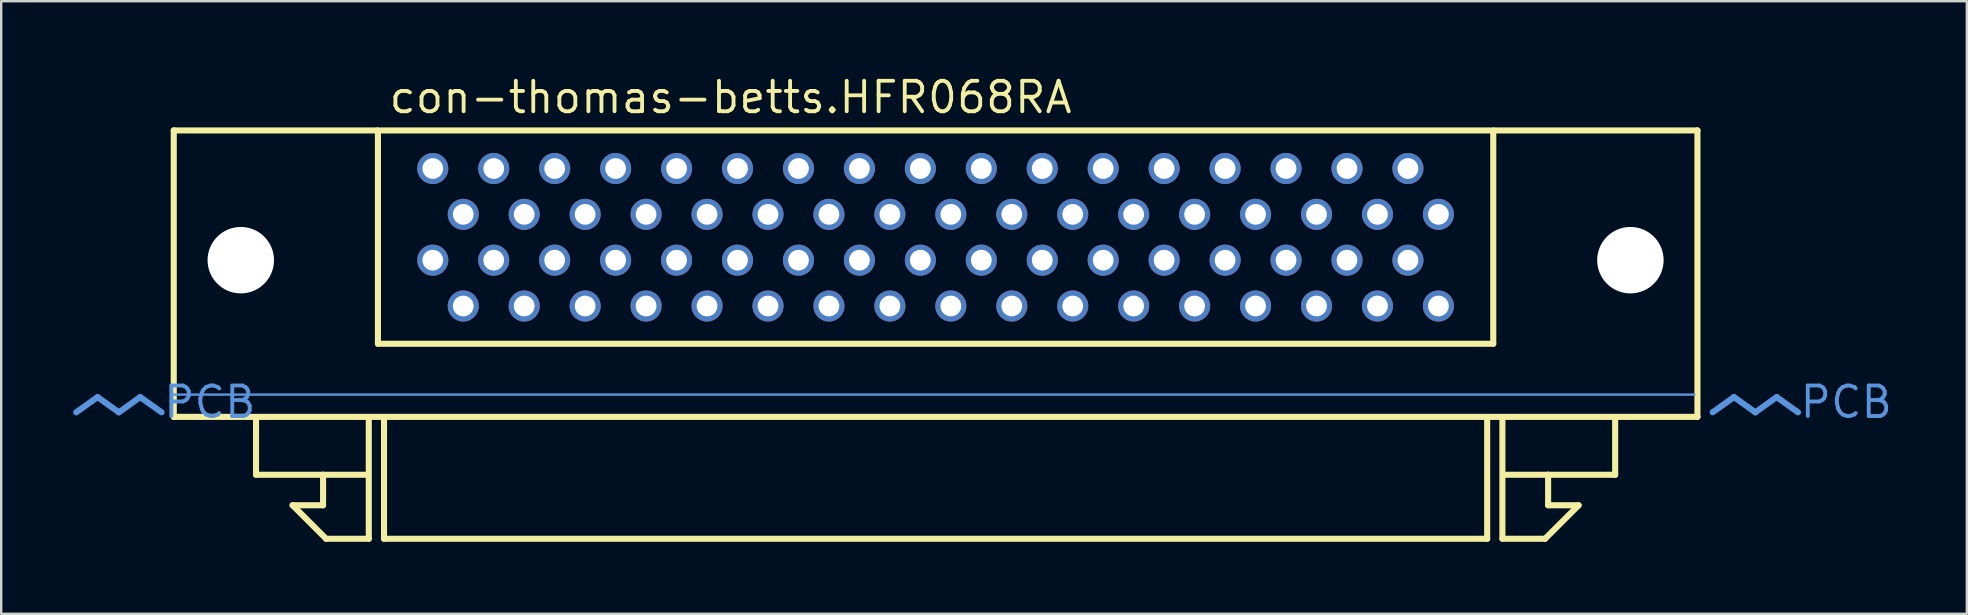
<source format=kicad_pcb>
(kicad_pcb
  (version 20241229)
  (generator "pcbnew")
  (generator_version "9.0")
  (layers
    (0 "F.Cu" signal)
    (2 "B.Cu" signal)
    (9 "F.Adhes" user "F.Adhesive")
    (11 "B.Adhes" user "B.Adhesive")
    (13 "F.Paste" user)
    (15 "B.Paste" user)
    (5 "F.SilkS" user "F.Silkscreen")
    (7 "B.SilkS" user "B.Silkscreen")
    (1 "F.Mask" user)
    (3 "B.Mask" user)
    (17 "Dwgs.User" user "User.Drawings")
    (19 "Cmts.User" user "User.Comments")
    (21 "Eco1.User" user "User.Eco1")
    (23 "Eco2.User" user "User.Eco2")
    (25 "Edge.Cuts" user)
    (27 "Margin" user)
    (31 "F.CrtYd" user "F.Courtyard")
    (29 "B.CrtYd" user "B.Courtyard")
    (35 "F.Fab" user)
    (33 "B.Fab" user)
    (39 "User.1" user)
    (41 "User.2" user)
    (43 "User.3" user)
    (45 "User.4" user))
  (footprint "con-thomas-betts.HFR068RA"
    (layer "F.Cu")
    (at 35.941 12.863)
    (property "Reference" "con-thomas-betts.HFR068RA" (at -22.86 -11.113 0) (layer "F.SilkS") (effects (font (size 1.27 1.27) (thickness 0.16)) (justify left bottom)))
    (attr through_hole)
    (fp_line (start -31.75 -10.477) (end -23.241 -10.477) (stroke (width 0.254) (type default)) (layer "F.SilkS"))
    (fp_line (start -31.75 1.46) (end -31.75 -10.477) (stroke (width 0.254) (type default)) (layer "F.SilkS"))
    (fp_line (start -28.321 3.873) (end -28.321 1.587) (stroke (width 0.254) (type default)) (layer "F.SilkS"))
    (fp_line (start -26.797 5.144) (end -25.527 5.144) (stroke (width 0.254) (type default)) (layer "F.SilkS"))
    (fp_line (start -25.527 3.873) (end -28.321 3.873) (stroke (width 0.254) (type default)) (layer "F.SilkS"))
    (fp_line (start -25.527 3.873) (end -23.749 3.873) (stroke (width 0.254) (type default)) (layer "F.SilkS"))
    (fp_line (start -25.527 5.144) (end -25.527 3.873) (stroke (width 0.254) (type default)) (layer "F.SilkS"))
    (fp_line (start -25.4 6.54) (end -26.797 5.144) (stroke (width 0.254) (type default)) (layer "F.SilkS"))
    (fp_line (start -23.622 1.587) (end -23.622 6.54) (stroke (width 0.254) (type default)) (layer "F.SilkS"))
    (fp_line (start -23.622 6.54) (end -25.4 6.54) (stroke (width 0.254) (type default)) (layer "F.SilkS"))
    (fp_line (start -23.241 -10.477) (end -23.241 -1.587) (stroke (width 0.254) (type default)) (layer "F.SilkS"))
    (fp_line (start -23.241 -1.587) (end 23.241 -1.587) (stroke (width 0.254) (type default)) (layer "F.SilkS"))
    (fp_line (start -23.114 -10.477) (end 23.114 -10.477) (stroke (width 0.254) (type default)) (layer "F.SilkS"))
    (fp_line (start -22.987 6.54) (end -22.987 1.587) (stroke (width 0.254) (type default)) (layer "F.SilkS"))
    (fp_line (start 22.987 1.587) (end 22.987 6.54) (stroke (width 0.254) (type default)) (layer "F.SilkS"))
    (fp_line (start 22.987 6.54) (end -22.987 6.54) (stroke (width 0.254) (type default)) (layer "F.SilkS"))
    (fp_line (start 23.241 -10.477) (end 31.75 -10.477) (stroke (width 0.254) (type default)) (layer "F.SilkS"))
    (fp_line (start 23.241 -1.587) (end 23.241 -10.477) (stroke (width 0.254) (type default)) (layer "F.SilkS"))
    (fp_line (start 23.622 1.587) (end 23.622 6.54) (stroke (width 0.254) (type default)) (layer "F.SilkS"))
    (fp_line (start 23.622 6.54) (end 25.4 6.54) (stroke (width 0.254) (type default)) (layer "F.SilkS"))
    (fp_line (start 25.4 6.54) (end 26.797 5.144) (stroke (width 0.254) (type default)) (layer "F.SilkS"))
    (fp_line (start 25.527 3.873) (end 23.749 3.873) (stroke (width 0.254) (type default)) (layer "F.SilkS"))
    (fp_line (start 25.527 3.873) (end 28.321 3.873) (stroke (width 0.254) (type default)) (layer "F.SilkS"))
    (fp_line (start 25.527 5.144) (end 25.527 3.873) (stroke (width 0.254) (type default)) (layer "F.SilkS"))
    (fp_line (start 26.797 5.144) (end 25.527 5.144) (stroke (width 0.254) (type default)) (layer "F.SilkS"))
    (fp_line (start 28.321 3.873) (end 28.321 1.587) (stroke (width 0.254) (type default)) (layer "F.SilkS"))
    (fp_line (start 31.75 -10.477) (end 31.75 1.46) (stroke (width 0.254) (type default)) (layer "F.SilkS"))
    (fp_line (start 31.75 1.46) (end -31.75 1.46) (stroke (width 0.254) (type default)) (layer "F.SilkS"))
    (fp_line (start -34.925 0.635) (end -35.814 1.27) (stroke (width 0.254) (type default)) (layer "Cmts.User"))
    (fp_line (start -34.925 0.635) (end -34.036 1.27) (stroke (width 0.254) (type default)) (layer "Cmts.User"))
    (fp_line (start -33.147 0.635) (end -34.036 1.27) (stroke (width 0.254) (type default)) (layer "Cmts.User"))
    (fp_line (start -33.147 0.635) (end -32.258 1.27) (stroke (width 0.254) (type default)) (layer "Cmts.User"))
    (fp_line (start -31.75 0.533) (end 31.623 0.533) (stroke (width 0.1) (type default)) (layer "Cmts.User"))
    (fp_line (start 33.274 0.635) (end 32.385 1.27) (stroke (width 0.254) (type default)) (layer "Cmts.User"))
    (fp_line (start 33.274 0.635) (end 34.163 1.27) (stroke (width 0.254) (type default)) (layer "Cmts.User"))
    (fp_line (start 35.052 0.635) (end 34.163 1.27) (stroke (width 0.254) (type default)) (layer "Cmts.User"))
    (fp_line (start 35.052 0.635) (end 35.941 1.27) (stroke (width 0.254) (type default)) (layer "Cmts.User"))
    (fp_text user "PCB" (at 35.941 1.587 180) (layer "Cmts.User") (effects (font (size 1.27 1.27) (thickness 0.16)) (justify left bottom)))
    (fp_text user "PCB" (at -32.258 1.587 180) (layer "Cmts.User") (effects (font (size 1.27 1.27) (thickness 0.16)) (justify left bottom)))
    (pad "" np_thru_hole circle (at -28.956 -5.07) (size 2.769 2.769) (drill 2.769) (layers "*.Cu" "*.Mask"))
    (pad "" np_thru_hole circle (at 28.956 -5.07) (size 2.769 2.769) (drill 2.769) (layers "*.Cu" "*.Mask"))
    (pad "1" thru_hole circle (at 20.955 -6.98) (size 1.295 1.295) (drill 0.864) (layers "*.Cu" "*.Mask"))
    (pad "2" thru_hole circle (at 19.685 -8.89) (size 1.295 1.295) (drill 0.864) (layers "*.Cu" "*.Mask"))
    (pad "3" thru_hole circle (at 18.415 -6.98) (size 1.295 1.295) (drill 0.864) (layers "*.Cu" "*.Mask"))
    (pad "4" thru_hole circle (at 17.145 -8.89) (size 1.295 1.295) (drill 0.864) (layers "*.Cu" "*.Mask"))
    (pad "5" thru_hole circle (at 15.875 -6.98) (size 1.295 1.295) (drill 0.864) (layers "*.Cu" "*.Mask"))
    (pad "6" thru_hole circle (at 14.605 -8.89) (size 1.295 1.295) (drill 0.864) (layers "*.Cu" "*.Mask"))
    (pad "7" thru_hole circle (at 13.335 -6.98) (size 1.295 1.295) (drill 0.864) (layers "*.Cu" "*.Mask"))
    (pad "8" thru_hole circle (at 12.065 -8.89) (size 1.295 1.295) (drill 0.864) (layers "*.Cu" "*.Mask"))
    (pad "9" thru_hole circle (at 10.795 -6.98) (size 1.295 1.295) (drill 0.864) (layers "*.Cu" "*.Mask"))
    (pad "10" thru_hole circle (at 9.525 -8.89) (size 1.295 1.295) (drill 0.864) (layers "*.Cu" "*.Mask"))
    (pad "11" thru_hole circle (at 8.255 -6.98) (size 1.295 1.295) (drill 0.864) (layers "*.Cu" "*.Mask"))
    (pad "12" thru_hole circle (at 6.985 -8.89) (size 1.295 1.295) (drill 0.864) (layers "*.Cu" "*.Mask"))
    (pad "13" thru_hole circle (at 5.715 -6.98) (size 1.295 1.295) (drill 0.864) (layers "*.Cu" "*.Mask"))
    (pad "14" thru_hole circle (at 4.445 -8.89) (size 1.295 1.295) (drill 0.864) (layers "*.Cu" "*.Mask"))
    (pad "15" thru_hole circle (at 3.175 -6.98) (size 1.295 1.295) (drill 0.864) (layers "*.Cu" "*.Mask"))
    (pad "16" thru_hole circle (at 1.905 -8.89) (size 1.295 1.295) (drill 0.864) (layers "*.Cu" "*.Mask"))
    (pad "17" thru_hole circle (at 0.635 -6.98) (size 1.295 1.295) (drill 0.864) (layers "*.Cu" "*.Mask"))
    (pad "18" thru_hole circle (at -0.635 -8.89) (size 1.295 1.295) (drill 0.864) (layers "*.Cu" "*.Mask"))
    (pad "19" thru_hole circle (at -1.905 -6.98) (size 1.295 1.295) (drill 0.864) (layers "*.Cu" "*.Mask"))
    (pad "20" thru_hole circle (at -3.175 -8.89) (size 1.295 1.295) (drill 0.864) (layers "*.Cu" "*.Mask"))
    (pad "21" thru_hole circle (at -4.445 -6.98) (size 1.295 1.295) (drill 0.864) (layers "*.Cu" "*.Mask"))
    (pad "22" thru_hole circle (at -5.715 -8.89) (size 1.295 1.295) (drill 0.864) (layers "*.Cu" "*.Mask"))
    (pad "23" thru_hole circle (at -6.985 -6.98) (size 1.295 1.295) (drill 0.864) (layers "*.Cu" "*.Mask"))
    (pad "24" thru_hole circle (at -8.255 -8.89) (size 1.295 1.295) (drill 0.864) (layers "*.Cu" "*.Mask"))
    (pad "25" thru_hole circle (at -9.525 -6.98) (size 1.295 1.295) (drill 0.864) (layers "*.Cu" "*.Mask"))
    (pad "26" thru_hole circle (at -10.795 -8.89) (size 1.295 1.295) (drill 0.864) (layers "*.Cu" "*.Mask"))
    (pad "27" thru_hole circle (at -12.065 -6.98) (size 1.295 1.295) (drill 0.864) (layers "*.Cu" "*.Mask"))
    (pad "28" thru_hole circle (at -13.335 -8.89) (size 1.295 1.295) (drill 0.864) (layers "*.Cu" "*.Mask"))
    (pad "29" thru_hole circle (at -14.605 -6.98) (size 1.295 1.295) (drill 0.864) (layers "*.Cu" "*.Mask"))
    (pad "30" thru_hole circle (at -15.875 -8.89) (size 1.295 1.295) (drill 0.864) (layers "*.Cu" "*.Mask"))
    (pad "31" thru_hole circle (at -17.145 -6.98) (size 1.295 1.295) (drill 0.864) (layers "*.Cu" "*.Mask"))
    (pad "32" thru_hole circle (at -18.415 -8.89) (size 1.295 1.295) (drill 0.864) (layers "*.Cu" "*.Mask"))
    (pad "33" thru_hole circle (at -19.685 -6.98) (size 1.295 1.295) (drill 0.864) (layers "*.Cu" "*.Mask"))
    (pad "34" thru_hole circle (at -20.955 -8.89) (size 1.295 1.295) (drill 0.864) (layers "*.Cu" "*.Mask"))
    (pad "35" thru_hole circle (at 20.955 -3.16) (size 1.295 1.295) (drill 0.864) (layers "*.Cu" "*.Mask"))
    (pad "36" thru_hole circle (at 19.685 -5.07) (size 1.295 1.295) (drill 0.864) (layers "*.Cu" "*.Mask"))
    (pad "37" thru_hole circle (at 18.415 -3.16) (size 1.295 1.295) (drill 0.864) (layers "*.Cu" "*.Mask"))
    (pad "38" thru_hole circle (at 17.145 -5.07) (size 1.295 1.295) (drill 0.864) (layers "*.Cu" "*.Mask"))
    (pad "39" thru_hole circle (at 15.875 -3.16) (size 1.295 1.295) (drill 0.864) (layers "*.Cu" "*.Mask"))
    (pad "40" thru_hole circle (at 14.605 -5.07) (size 1.295 1.295) (drill 0.864) (layers "*.Cu" "*.Mask"))
    (pad "41" thru_hole circle (at 13.335 -3.16) (size 1.295 1.295) (drill 0.864) (layers "*.Cu" "*.Mask"))
    (pad "42" thru_hole circle (at 12.065 -5.07) (size 1.295 1.295) (drill 0.864) (layers "*.Cu" "*.Mask"))
    (pad "43" thru_hole circle (at 10.795 -3.16) (size 1.295 1.295) (drill 0.864) (layers "*.Cu" "*.Mask"))
    (pad "44" thru_hole circle (at 9.525 -5.07) (size 1.295 1.295) (drill 0.864) (layers "*.Cu" "*.Mask"))
    (pad "45" thru_hole circle (at 8.255 -3.16) (size 1.295 1.295) (drill 0.864) (layers "*.Cu" "*.Mask"))
    (pad "46" thru_hole circle (at 6.985 -5.07) (size 1.295 1.295) (drill 0.864) (layers "*.Cu" "*.Mask"))
    (pad "47" thru_hole circle (at 5.715 -3.16) (size 1.295 1.295) (drill 0.864) (layers "*.Cu" "*.Mask"))
    (pad "48" thru_hole circle (at 4.445 -5.07) (size 1.295 1.295) (drill 0.864) (layers "*.Cu" "*.Mask"))
    (pad "49" thru_hole circle (at 3.175 -3.16) (size 1.295 1.295) (drill 0.864) (layers "*.Cu" "*.Mask"))
    (pad "50" thru_hole circle (at 1.905 -5.07) (size 1.295 1.295) (drill 0.864) (layers "*.Cu" "*.Mask"))
    (pad "51" thru_hole circle (at 0.635 -3.16) (size 1.295 1.295) (drill 0.864) (layers "*.Cu" "*.Mask"))
    (pad "52" thru_hole circle (at -0.635 -5.07) (size 1.295 1.295) (drill 0.864) (layers "*.Cu" "*.Mask"))
    (pad "53" thru_hole circle (at -1.905 -3.16) (size 1.295 1.295) (drill 0.864) (layers "*.Cu" "*.Mask"))
    (pad "54" thru_hole circle (at -3.175 -5.07) (size 1.295 1.295) (drill 0.864) (layers "*.Cu" "*.Mask"))
    (pad "55" thru_hole circle (at -4.445 -3.16) (size 1.295 1.295) (drill 0.864) (layers "*.Cu" "*.Mask"))
    (pad "56" thru_hole circle (at -5.715 -5.07) (size 1.295 1.295) (drill 0.864) (layers "*.Cu" "*.Mask"))
    (pad "57" thru_hole circle (at -6.985 -3.16) (size 1.295 1.295) (drill 0.864) (layers "*.Cu" "*.Mask"))
    (pad "58" thru_hole circle (at -8.255 -5.07) (size 1.295 1.295) (drill 0.864) (layers "*.Cu" "*.Mask"))
    (pad "59" thru_hole circle (at -9.525 -3.16) (size 1.295 1.295) (drill 0.864) (layers "*.Cu" "*.Mask"))
    (pad "60" thru_hole circle (at -10.795 -5.07) (size 1.295 1.295) (drill 0.864) (layers "*.Cu" "*.Mask"))
    (pad "61" thru_hole circle (at -12.065 -3.16) (size 1.295 1.295) (drill 0.864) (layers "*.Cu" "*.Mask"))
    (pad "62" thru_hole circle (at -13.335 -5.07) (size 1.295 1.295) (drill 0.864) (layers "*.Cu" "*.Mask"))
    (pad "63" thru_hole circle (at -14.605 -3.16) (size 1.295 1.295) (drill 0.864) (layers "*.Cu" "*.Mask"))
    (pad "64" thru_hole circle (at -15.875 -5.07) (size 1.295 1.295) (drill 0.864) (layers "*.Cu" "*.Mask"))
    (pad "65" thru_hole circle (at -17.145 -3.16) (size 1.295 1.295) (drill 0.864) (layers "*.Cu" "*.Mask"))
    (pad "66" thru_hole circle (at -18.415 -5.07) (size 1.295 1.295) (drill 0.864) (layers "*.Cu" "*.Mask"))
    (pad "67" thru_hole circle (at -19.685 -3.16) (size 1.295 1.295) (drill 0.864) (layers "*.Cu" "*.Mask"))
    (pad "68" thru_hole circle (at -20.955 -5.07) (size 1.295 1.295) (drill 0.864) (layers "*.Cu" "*.Mask")))
  (gr_rect
    (start -3 -3)
    (end 78.918 22.53)
    (stroke (width 0.1) (type default))
    (fill no)
    (layer "Edge.Cuts")))
</source>
